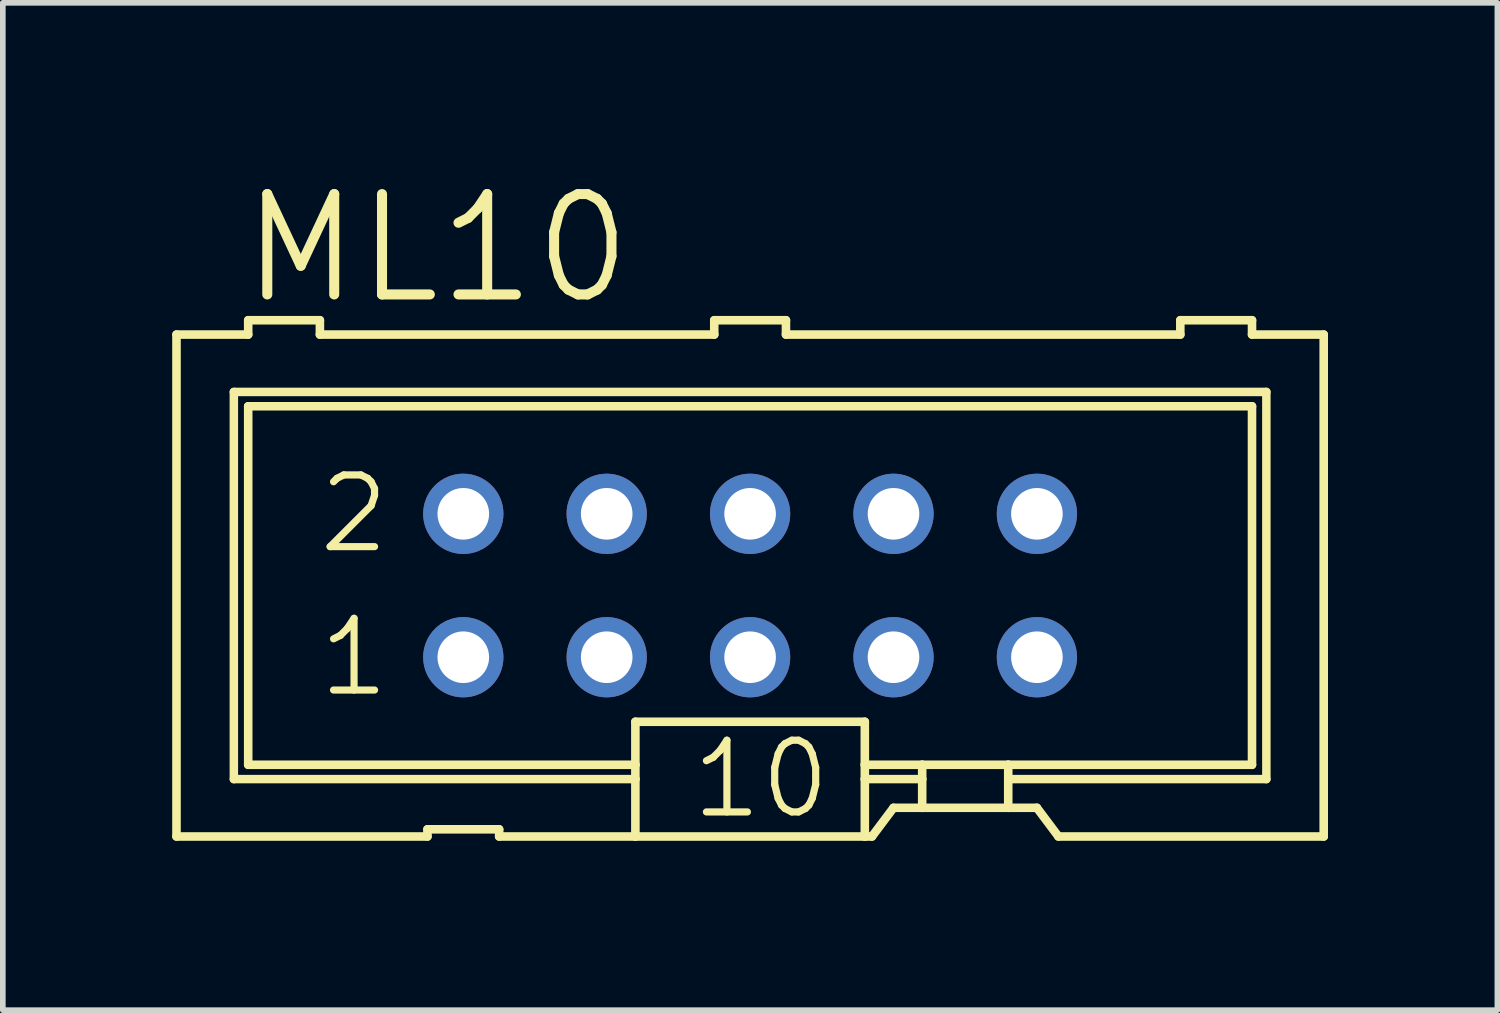
<source format=kicad_pcb>
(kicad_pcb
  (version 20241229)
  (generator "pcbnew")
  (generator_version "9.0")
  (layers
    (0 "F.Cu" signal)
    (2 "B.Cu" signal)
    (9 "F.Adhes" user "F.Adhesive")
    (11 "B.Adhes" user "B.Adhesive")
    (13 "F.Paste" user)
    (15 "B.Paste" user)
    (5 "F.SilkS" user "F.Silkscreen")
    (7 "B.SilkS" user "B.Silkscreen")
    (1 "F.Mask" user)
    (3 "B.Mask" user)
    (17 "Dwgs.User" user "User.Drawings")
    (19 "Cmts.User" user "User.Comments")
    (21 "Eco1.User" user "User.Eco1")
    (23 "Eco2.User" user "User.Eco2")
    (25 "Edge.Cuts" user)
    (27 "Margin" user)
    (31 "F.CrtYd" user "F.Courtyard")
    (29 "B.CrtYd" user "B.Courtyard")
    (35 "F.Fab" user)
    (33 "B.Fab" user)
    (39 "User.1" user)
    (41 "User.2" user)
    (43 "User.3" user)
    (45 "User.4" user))
  (footprint "ML10"
    (layer "F.Cu")
    (at 10.236 7.321)
    (property "Reference" "ML10" (at -5.546 -5.969 0) (layer "F.SilkS") (effects (font (size 1.778 1.778) (thickness 0.178))))
    (attr through_hole)
    (fp_line (start -10.16 -4.445) (end -10.16 4.445) (stroke (width 0.152) (type solid)) (layer "F.SilkS"))
    (fp_line (start -10.16 -4.445) (end -8.89 -4.445) (stroke (width 0.152) (type solid)) (layer "F.SilkS"))
    (fp_line (start -9.144 -3.429) (end -9.144 3.429) (stroke (width 0.15) (type solid)) (layer "F.SilkS"))
    (fp_line (start -9.144 3.429) (end -2.032 3.429) (stroke (width 0.15) (type solid)) (layer "F.SilkS"))
    (fp_line (start -8.89 -4.699) (end -8.89 -4.445) (stroke (width 0.152) (type solid)) (layer "F.SilkS"))
    (fp_line (start -8.89 -3.175) (end -8.89 3.175) (stroke (width 0.152) (type solid)) (layer "F.SilkS"))
    (fp_line (start -8.89 -3.175) (end 8.89 -3.175) (stroke (width 0.152) (type solid)) (layer "F.SilkS"))
    (fp_line (start -7.62 -4.699) (end -8.89 -4.699) (stroke (width 0.152) (type solid)) (layer "F.SilkS"))
    (fp_line (start -7.62 -4.699) (end -7.62 -4.445) (stroke (width 0.152) (type solid)) (layer "F.SilkS"))
    (fp_line (start -7.62 -4.445) (end -0.635 -4.445) (stroke (width 0.152) (type solid)) (layer "F.SilkS"))
    (fp_line (start -5.715 4.445) (end -10.16 4.445) (stroke (width 0.152) (type solid)) (layer "F.SilkS"))
    (fp_line (start -5.715 4.445) (end -5.715 4.318) (stroke (width 0.152) (type solid)) (layer "F.SilkS"))
    (fp_line (start -4.445 4.318) (end -5.715 4.318) (stroke (width 0.152) (type solid)) (layer "F.SilkS"))
    (fp_line (start -4.445 4.318) (end -4.445 4.445) (stroke (width 0.152) (type solid)) (layer "F.SilkS"))
    (fp_line (start -2.032 3.175) (end -8.89 3.175) (stroke (width 0.152) (type solid)) (layer "F.SilkS"))
    (fp_line (start -2.032 3.175) (end -2.032 2.413) (stroke (width 0.152) (type solid)) (layer "F.SilkS"))
    (fp_line (start -2.032 3.175) (end -2.032 3.429) (stroke (width 0.152) (type solid)) (layer "F.SilkS"))
    (fp_line (start -2.032 3.429) (end -2.032 4.445) (stroke (width 0.152) (type solid)) (layer "F.SilkS"))
    (fp_line (start -2.032 4.445) (end -4.445 4.445) (stroke (width 0.152) (type solid)) (layer "F.SilkS"))
    (fp_line (start -0.635 -4.699) (end -0.635 -4.445) (stroke (width 0.152) (type solid)) (layer "F.SilkS"))
    (fp_line (start 0.635 -4.699) (end -0.635 -4.699) (stroke (width 0.152) (type solid)) (layer "F.SilkS"))
    (fp_line (start 0.635 -4.699) (end 0.635 -4.445) (stroke (width 0.152) (type solid)) (layer "F.SilkS"))
    (fp_line (start 0.635 -4.445) (end 7.62 -4.445) (stroke (width 0.152) (type solid)) (layer "F.SilkS"))
    (fp_line (start 2.032 2.413) (end -2.032 2.413) (stroke (width 0.152) (type solid)) (layer "F.SilkS"))
    (fp_line (start 2.032 2.413) (end 2.032 3.175) (stroke (width 0.152) (type solid)) (layer "F.SilkS"))
    (fp_line (start 2.032 3.175) (end 2.032 3.429) (stroke (width 0.152) (type solid)) (layer "F.SilkS"))
    (fp_line (start 2.032 3.429) (end 2.032 4.445) (stroke (width 0.152) (type solid)) (layer "F.SilkS"))
    (fp_line (start 2.032 4.445) (end -2.032 4.445) (stroke (width 0.152) (type solid)) (layer "F.SilkS"))
    (fp_line (start 2.159 4.445) (end 2.032 4.445) (stroke (width 0.152) (type solid)) (layer "F.SilkS"))
    (fp_line (start 2.159 4.445) (end 2.54 3.937) (stroke (width 0.152) (type solid)) (layer "F.SilkS"))
    (fp_line (start 3.048 3.175) (end 2.032 3.175) (stroke (width 0.152) (type solid)) (layer "F.SilkS"))
    (fp_line (start 3.048 3.175) (end 3.048 3.429) (stroke (width 0.152) (type solid)) (layer "F.SilkS"))
    (fp_line (start 3.048 3.429) (end 2.032 3.429) (stroke (width 0.15) (type solid)) (layer "F.SilkS"))
    (fp_line (start 3.048 3.429) (end 3.048 3.937) (stroke (width 0.152) (type solid)) (layer "F.SilkS"))
    (fp_line (start 3.048 3.937) (end 2.54 3.937) (stroke (width 0.152) (type solid)) (layer "F.SilkS"))
    (fp_line (start 4.572 3.175) (end 3.048 3.175) (stroke (width 0.152) (type solid)) (layer "F.SilkS"))
    (fp_line (start 4.572 3.175) (end 4.572 3.429) (stroke (width 0.152) (type solid)) (layer "F.SilkS"))
    (fp_line (start 4.572 3.429) (end 4.572 3.937) (stroke (width 0.152) (type solid)) (layer "F.SilkS"))
    (fp_line (start 4.572 3.429) (end 9.144 3.429) (stroke (width 0.15) (type solid)) (layer "F.SilkS"))
    (fp_line (start 4.572 3.937) (end 3.048 3.937) (stroke (width 0.152) (type solid)) (layer "F.SilkS"))
    (fp_line (start 5.08 3.937) (end 4.572 3.937) (stroke (width 0.152) (type solid)) (layer "F.SilkS"))
    (fp_line (start 5.08 3.937) (end 5.461 4.445) (stroke (width 0.152) (type solid)) (layer "F.SilkS"))
    (fp_line (start 7.62 -4.445) (end 7.62 -4.699) (stroke (width 0.152) (type solid)) (layer "F.SilkS"))
    (fp_line (start 8.89 -4.699) (end 7.62 -4.699) (stroke (width 0.152) (type solid)) (layer "F.SilkS"))
    (fp_line (start 8.89 -4.445) (end 8.89 -4.699) (stroke (width 0.152) (type solid)) (layer "F.SilkS"))
    (fp_line (start 8.89 -4.445) (end 10.16 -4.445) (stroke (width 0.152) (type solid)) (layer "F.SilkS"))
    (fp_line (start 8.89 3.175) (end 4.572 3.175) (stroke (width 0.152) (type solid)) (layer "F.SilkS"))
    (fp_line (start 8.89 3.175) (end 8.89 -3.175) (stroke (width 0.152) (type solid)) (layer "F.SilkS"))
    (fp_line (start 9.144 -3.429) (end -9.144 -3.429) (stroke (width 0.15) (type solid)) (layer "F.SilkS"))
    (fp_line (start 9.144 3.429) (end 9.144 -3.429) (stroke (width 0.15) (type solid)) (layer "F.SilkS"))
    (fp_line (start 10.16 4.445) (end 5.461 4.445) (stroke (width 0.152) (type solid)) (layer "F.SilkS"))
    (fp_line (start 10.16 4.445) (end 10.16 -4.445) (stroke (width 0.152) (type solid)) (layer "F.SilkS"))
    (fp_poly (pts (xy -5.334 -1.524) (xy -4.826 -1.524) (xy -4.826 -1.016) (xy -5.334 -1.016)) (stroke (width 0.1) (type solid)) (fill no) (layer "F.Fab"))
    (fp_poly (pts (xy -5.334 1.016) (xy -4.826 1.016) (xy -4.826 1.524) (xy -5.334 1.524)) (stroke (width 0.1) (type solid)) (fill no) (layer "F.Fab"))
    (fp_poly (pts (xy -2.794 -1.524) (xy -2.286 -1.524) (xy -2.286 -1.016) (xy -2.794 -1.016)) (stroke (width 0.1) (type solid)) (fill no) (layer "F.Fab"))
    (fp_poly (pts (xy -2.794 1.016) (xy -2.286 1.016) (xy -2.286 1.524) (xy -2.794 1.524)) (stroke (width 0.1) (type solid)) (fill no) (layer "F.Fab"))
    (fp_poly (pts (xy -0.254 -1.524) (xy 0.254 -1.524) (xy 0.254 -1.016) (xy -0.254 -1.016)) (stroke (width 0.1) (type solid)) (fill no) (layer "F.Fab"))
    (fp_poly (pts (xy -0.254 1.016) (xy 0.254 1.016) (xy 0.254 1.524) (xy -0.254 1.524)) (stroke (width 0.1) (type solid)) (fill no) (layer "F.Fab"))
    (fp_poly (pts (xy 2.286 -1.524) (xy 2.794 -1.524) (xy 2.794 -1.016) (xy 2.286 -1.016)) (stroke (width 0.1) (type solid)) (fill no) (layer "F.Fab"))
    (fp_poly (pts (xy 2.286 1.016) (xy 2.794 1.016) (xy 2.794 1.524) (xy 2.286 1.524)) (stroke (width 0.1) (type solid)) (fill no) (layer "F.Fab"))
    (fp_poly (pts (xy 4.826 -1.524) (xy 5.334 -1.524) (xy 5.334 -1.016) (xy 4.826 -1.016)) (stroke (width 0.1) (type solid)) (fill no) (layer "F.Fab"))
    (fp_poly (pts (xy 4.826 1.016) (xy 5.334 1.016) (xy 5.334 1.524) (xy 4.826 1.524)) (stroke (width 0.1) (type solid)) (fill no) (layer "F.Fab"))
    (fp_text user "10" (at 0.194 3.429 0) (layer "F.SilkS") (effects (font (size 1.27 1.27) (thickness 0.127))))
    (fp_text user "1" (at -7.015 1.27 0) (layer "F.SilkS") (effects (font (size 1.27 1.27) (thickness 0.127))))
    (fp_text user "2" (at -7.015 -1.27 0) (layer "F.SilkS") (effects (font (size 1.27 1.27) (thickness 0.127))))
    (pad "1" thru_hole circle (at -5.08 1.27) (size 1.422 1.422) (drill 0.914) (layers "*.Cu" "*.Mask"))
    (pad "2" thru_hole circle (at -5.08 -1.27) (size 1.422 1.422) (drill 0.914) (layers "*.Cu" "*.Mask"))
    (pad "3" thru_hole circle (at -2.54 1.27) (size 1.422 1.422) (drill 0.914) (layers "*.Cu" "*.Mask"))
    (pad "4" thru_hole circle (at -2.54 -1.27) (size 1.422 1.422) (drill 0.914) (layers "*.Cu" "*.Mask"))
    (pad "5" thru_hole circle (at 0 1.27) (size 1.422 1.422) (drill 0.914) (layers "*.Cu" "*.Mask"))
    (pad "6" thru_hole circle (at 0 -1.27) (size 1.422 1.422) (drill 0.914) (layers "*.Cu" "*.Mask"))
    (pad "7" thru_hole circle (at 2.54 1.27) (size 1.422 1.422) (drill 0.914) (layers "*.Cu" "*.Mask"))
    (pad "8" thru_hole circle (at 2.54 -1.27) (size 1.422 1.422) (drill 0.914) (layers "*.Cu" "*.Mask"))
    (pad "9" thru_hole circle (at 5.08 1.27) (size 1.422 1.422) (drill 0.914) (layers "*.Cu" "*.Mask"))
    (pad "10" thru_hole circle (at 5.08 -1.27) (size 1.422 1.422) (drill 0.914) (layers "*.Cu" "*.Mask")))
  (gr_rect
    (start -3 -3)
    (end 23.472 14.842)
    (stroke (width 0.1) (type default))
    (fill no)
    (layer "Edge.Cuts")))
</source>
